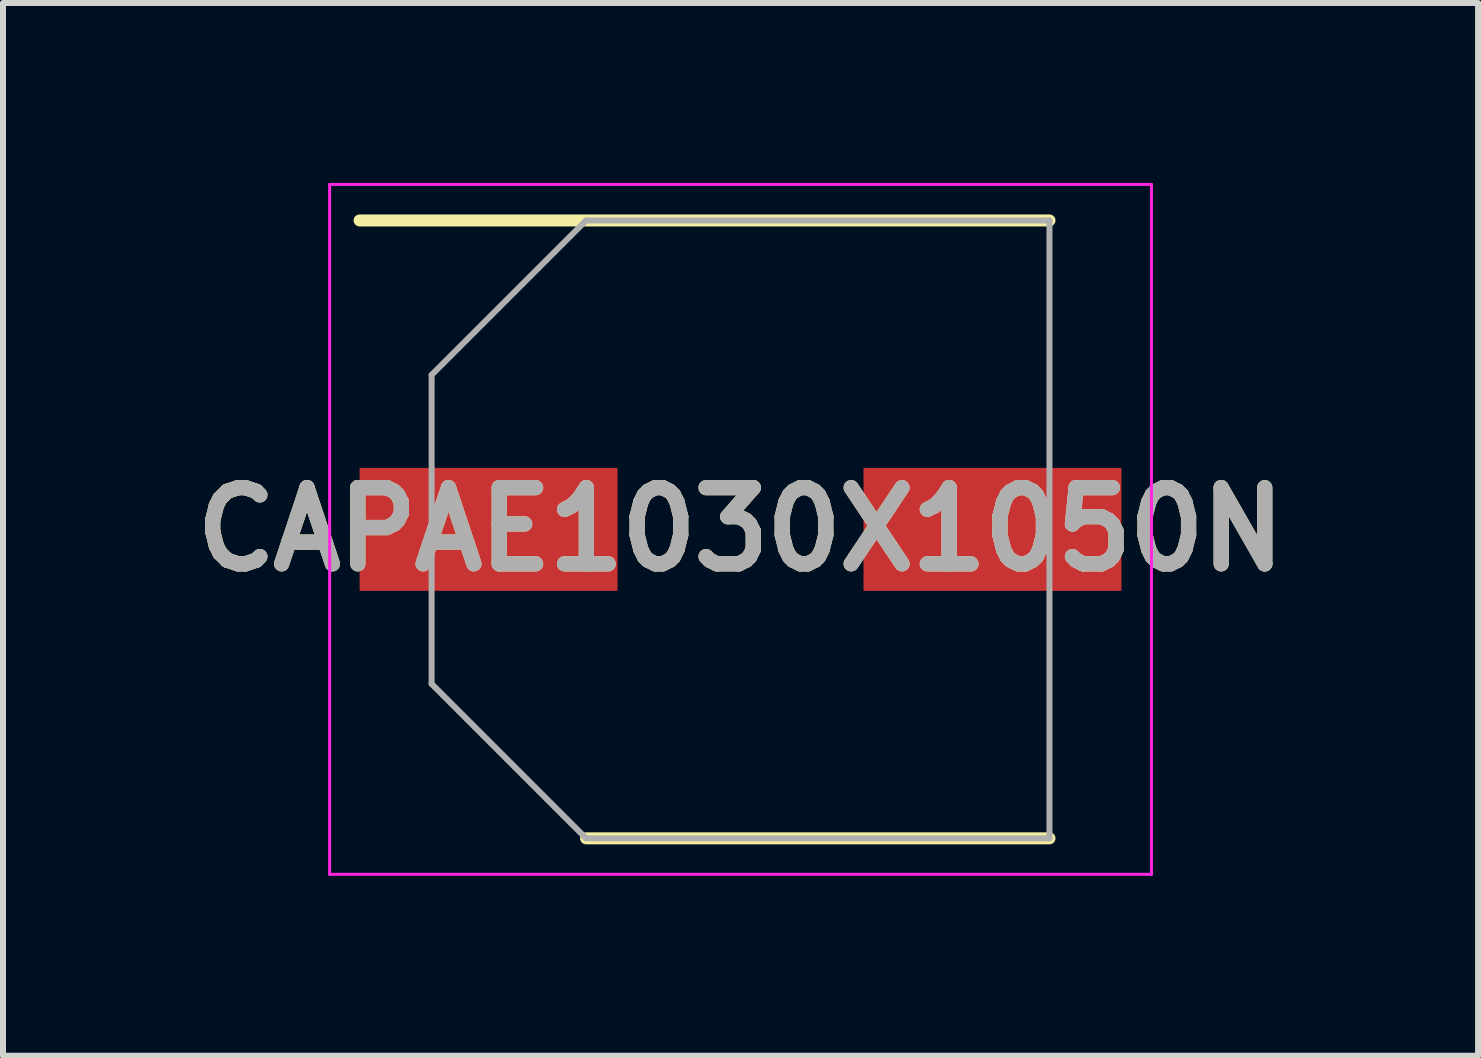
<source format=kicad_pcb>
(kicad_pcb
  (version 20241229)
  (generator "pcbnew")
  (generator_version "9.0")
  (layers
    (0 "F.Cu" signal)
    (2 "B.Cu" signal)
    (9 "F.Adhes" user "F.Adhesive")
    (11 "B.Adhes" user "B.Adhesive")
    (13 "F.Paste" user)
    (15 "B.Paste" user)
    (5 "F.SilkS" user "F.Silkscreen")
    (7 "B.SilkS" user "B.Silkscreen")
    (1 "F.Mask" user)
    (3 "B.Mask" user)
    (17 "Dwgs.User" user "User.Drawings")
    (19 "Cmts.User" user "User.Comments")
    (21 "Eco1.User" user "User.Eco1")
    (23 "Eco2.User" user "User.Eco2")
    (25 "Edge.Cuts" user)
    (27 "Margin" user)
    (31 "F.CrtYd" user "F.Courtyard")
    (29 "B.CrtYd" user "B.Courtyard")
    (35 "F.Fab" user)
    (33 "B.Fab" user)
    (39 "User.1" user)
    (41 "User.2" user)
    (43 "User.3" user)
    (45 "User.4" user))
  (footprint "CAPAE1030X1050N"
    (layer "F.Cu")
    (at 9.295 5.775)
    (property "Reference" "CAPAE1030X1050N" (at 0 0 0) (layer "F.SilkS") (effects (font (size 1.27 1.27) (thickness 0.254))))
    (attr smd)
    (fp_line (start -6.35 -5.15) (end 5.15 -5.15) (stroke (width 0.2) (type solid)) (layer "F.SilkS"))
    (fp_line (start -2.575 5.15) (end 5.15 5.15) (stroke (width 0.2) (type solid)) (layer "F.SilkS"))
    (fp_line (start -6.85 -5.75) (end 6.85 -5.75) (stroke (width 0.05) (type solid)) (layer "F.CrtYd"))
    (fp_line (start -6.85 5.75) (end -6.85 -5.75) (stroke (width 0.05) (type solid)) (layer "F.CrtYd"))
    (fp_line (start 6.85 -5.75) (end 6.85 5.75) (stroke (width 0.05) (type solid)) (layer "F.CrtYd"))
    (fp_line (start 6.85 5.75) (end -6.85 5.75) (stroke (width 0.05) (type solid)) (layer "F.CrtYd"))
    (fp_line (start -5.15 -2.575) (end -5.15 2.575) (stroke (width 0.1) (type solid)) (layer "F.Fab"))
    (fp_line (start -5.15 2.575) (end -2.575 5.15) (stroke (width 0.1) (type solid)) (layer "F.Fab"))
    (fp_line (start -2.575 -5.15) (end -5.15 -2.575) (stroke (width 0.1) (type solid)) (layer "F.Fab"))
    (fp_line (start -2.575 5.15) (end 5.15 5.15) (stroke (width 0.1) (type solid)) (layer "F.Fab"))
    (fp_line (start 5.15 -5.15) (end -2.575 -5.15) (stroke (width 0.1) (type solid)) (layer "F.Fab"))
    (fp_line (start 5.15 5.15) (end 5.15 -5.15) (stroke (width 0.1) (type solid)) (layer "F.Fab"))
    (fp_text user "${REFERENCE}" (at 0 0 0) (layer "F.Fab") (effects (font (size 1.27 1.27) (thickness 0.254))))
    (pad "1" smd rect (at -4.2 0 90) (size 2.05 4.3) (layers "F.Cu" "F.Mask" "F.Paste"))
    (pad "2" smd rect (at 4.2 0 90) (size 2.05 4.3) (layers "F.Cu" "F.Mask" "F.Paste")))
  (gr_rect
    (start -3 -3)
    (end 21.59 14.55)
    (stroke (width 0.1) (type default))
    (fill no)
    (layer "Edge.Cuts")))
</source>
